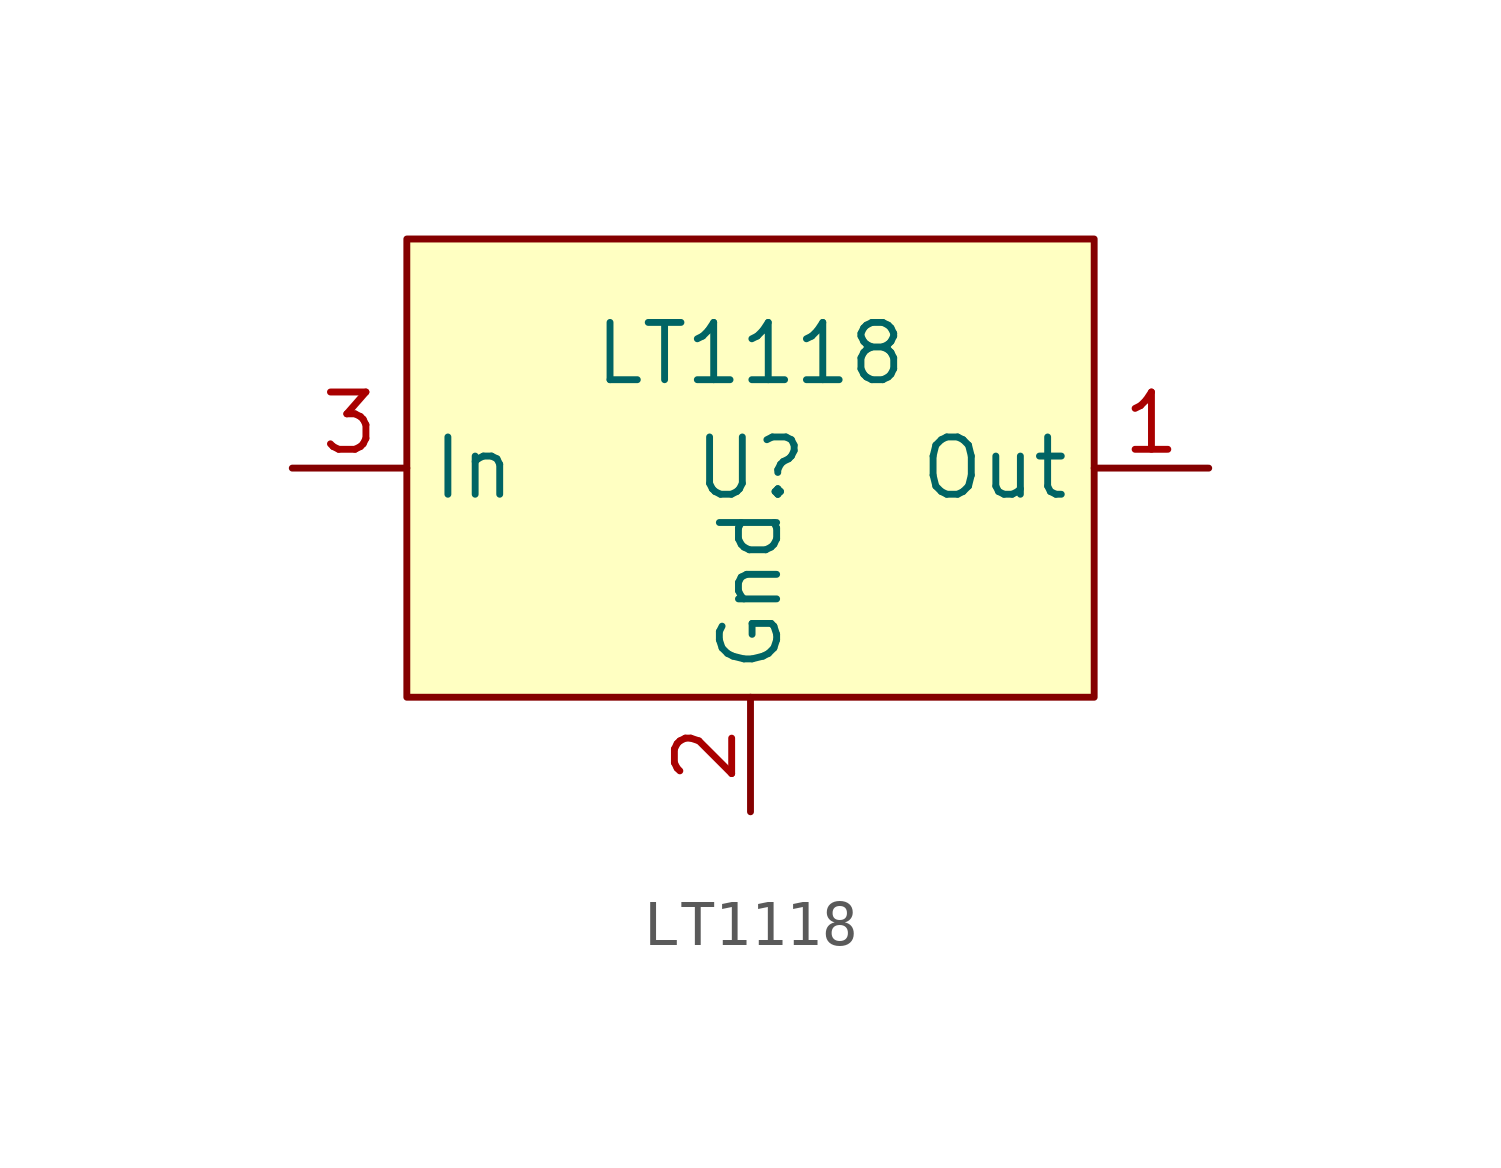
<source format=kicad_sym>
(kicad_symbol_lib
  (version 20220914)
  (generator kicad_symbol_editor)
  (symbol "LT1118"
    (property "Reference" "U"
      (at 0 0 0)
      (effects (font (size 1.27 1.27))))
    (property "Value" "LT1118"
      (at 0 2.54 0)
      (effects (font (size 1.27 1.27))))
    (symbol "LT1118_0_0"
      (pin power_out line (at 10.16 0 180) (length 2.54) (name "Out" (effects (font (size 1.27 1.27)))) (number "1" (effects (font (size 1.27 1.27)))))
      (pin power_out line (at 0 -7.62 90) (length 2.54) (name "Gnd" (effects (font (size 1.27 1.27)))) (number "2" (effects (font (size 1.27 1.27)))))
      (pin power_in line (at -10.16 0 0) (length 2.54) (name "In" (effects (font (size 1.27 1.27)))) (number "3" (effects (font (size 1.27 1.27))))))
    (symbol "LT1118_1_1"
      (rectangle (start -7.62 5.08) (end 7.62 -5.08) (stroke (width 0) (type default)) (fill (type background))))))
</source>
